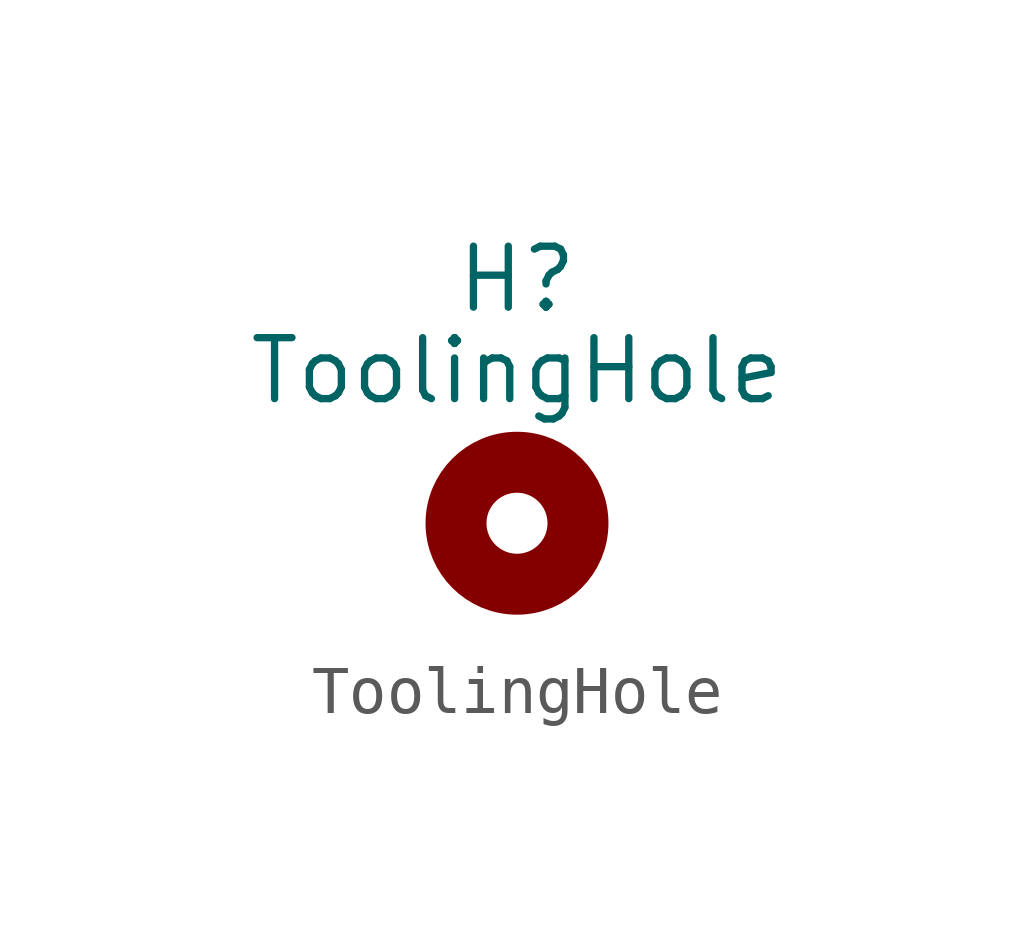
<source format=kicad_sym>
(kicad_symbol_lib
  (version 20220914)
  (generator kicad_symbol_editor)
  (symbol "ToolingHole"
    (property "Reference" "H"
      (at 0 1.905 0)
      (effects (font (size 1.27 1.27))))
    (property "Value" "ToolingHole"
      (at 0 0 0)
      (effects (font (size 1.27 1.27))))
    (symbol "ToolingHole_0_1"
      (circle (center 0 -3.175) (radius 1.27) (stroke (width 1.27) (type default)) (fill (type none))))))
</source>
